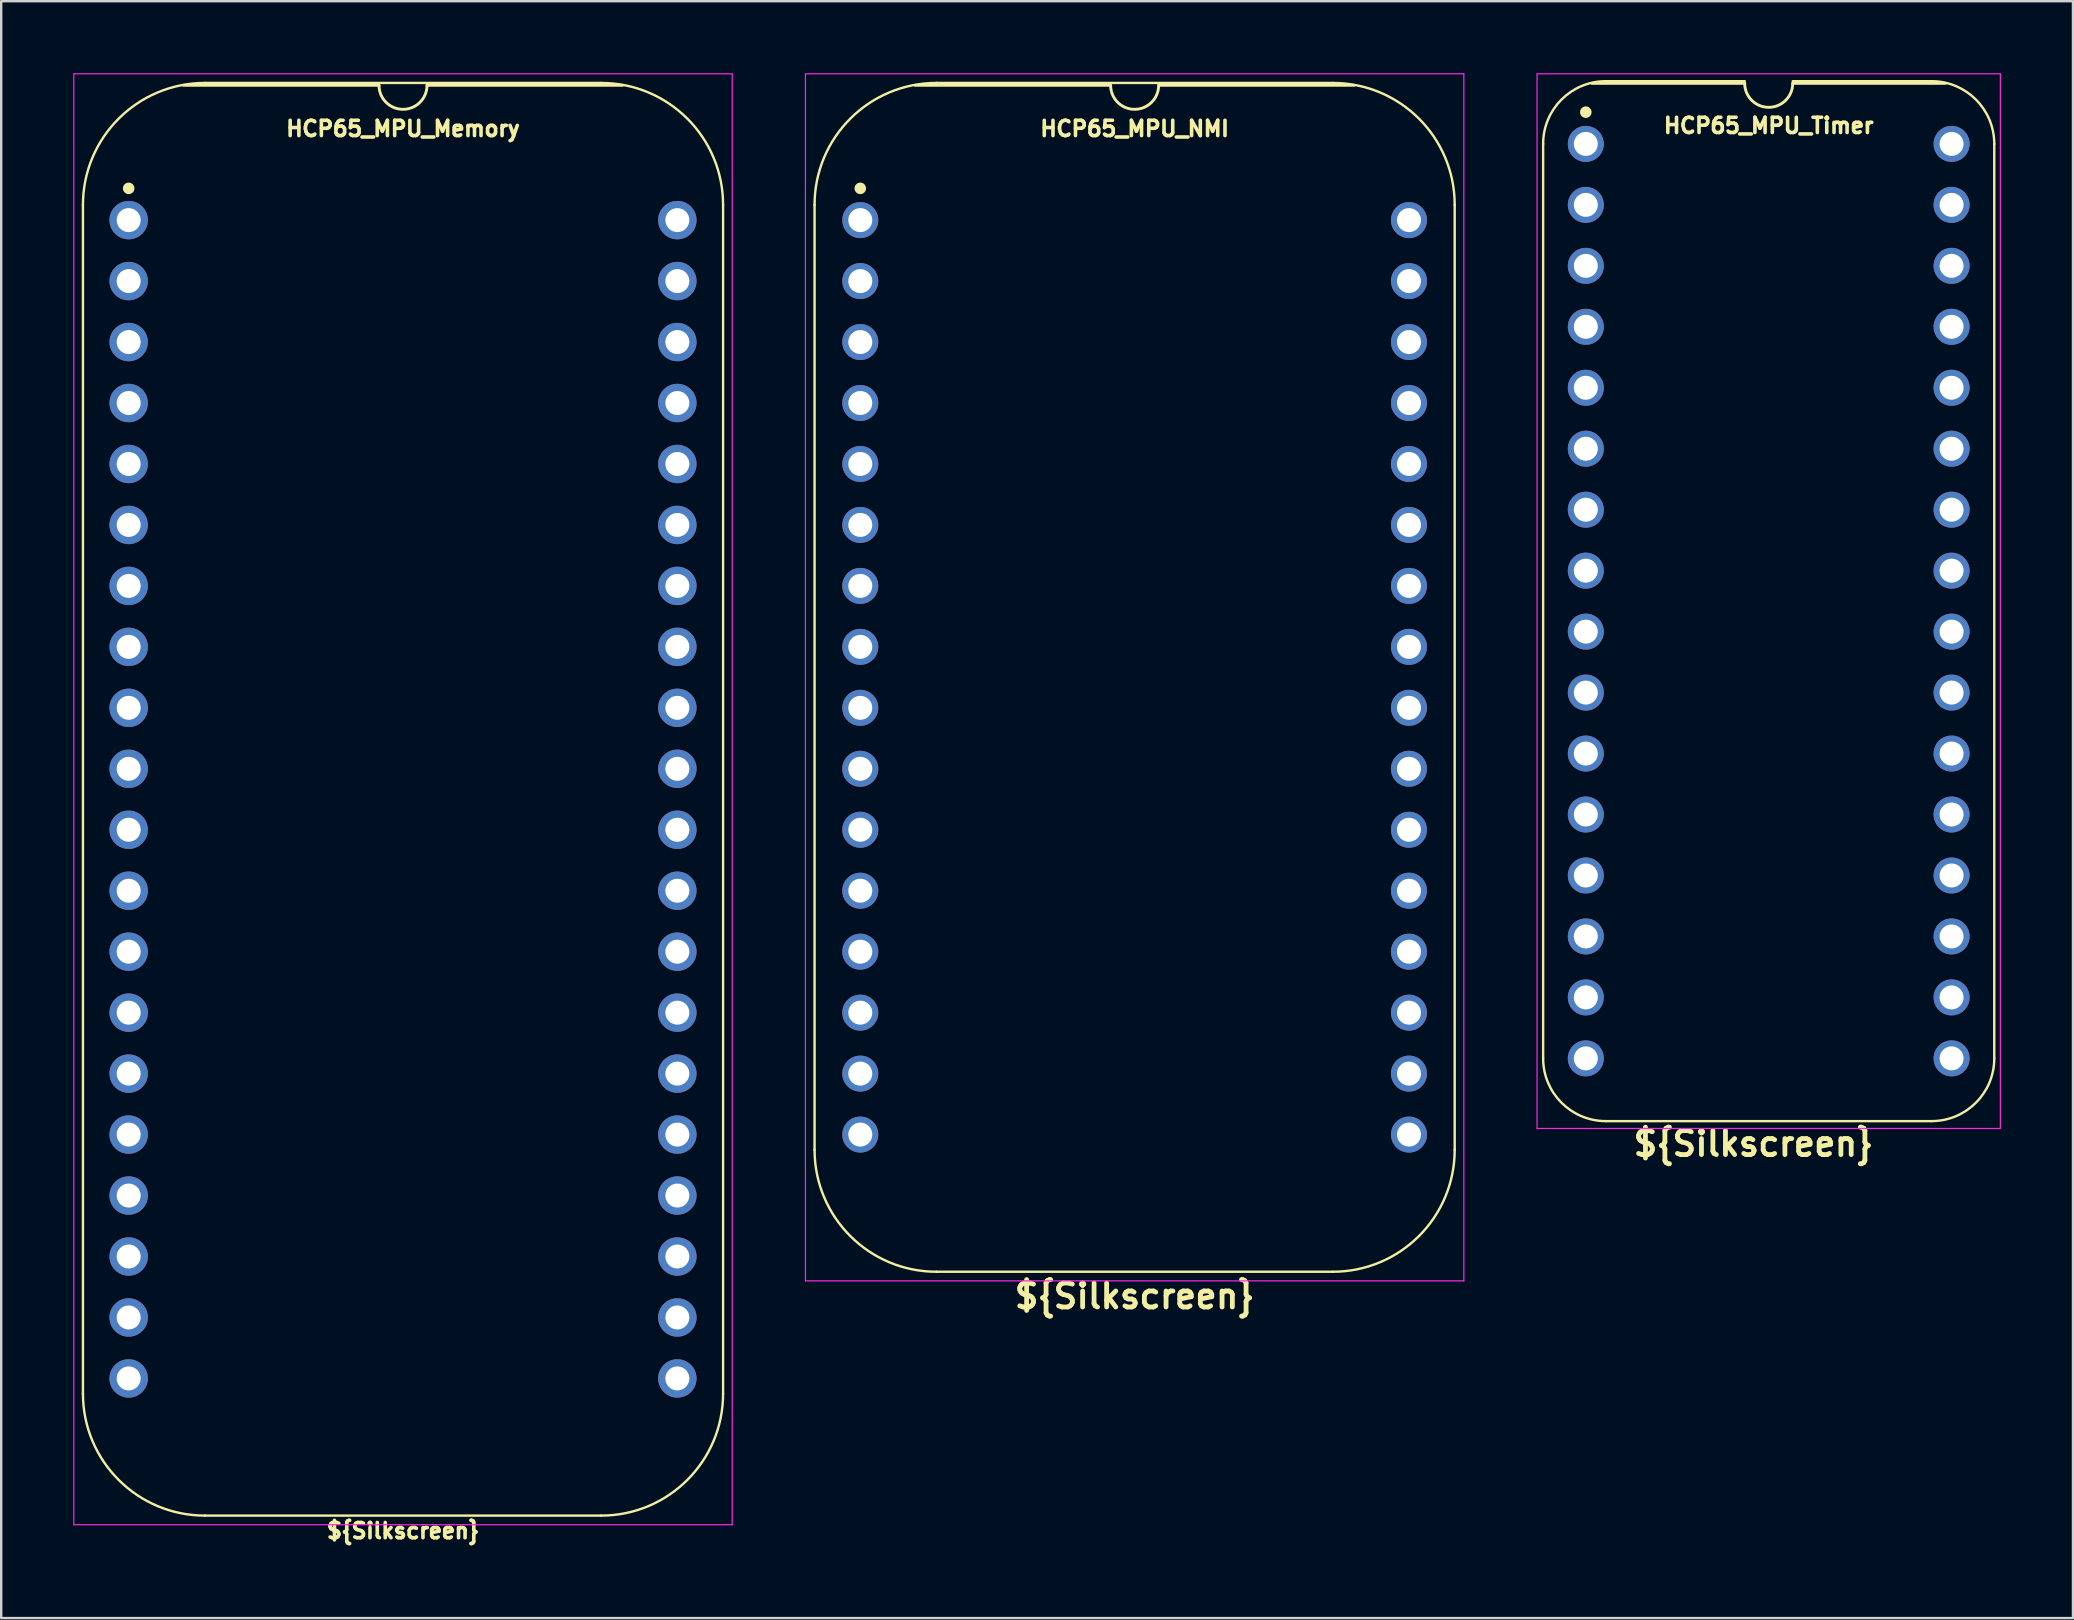
<source format=kicad_pcb>
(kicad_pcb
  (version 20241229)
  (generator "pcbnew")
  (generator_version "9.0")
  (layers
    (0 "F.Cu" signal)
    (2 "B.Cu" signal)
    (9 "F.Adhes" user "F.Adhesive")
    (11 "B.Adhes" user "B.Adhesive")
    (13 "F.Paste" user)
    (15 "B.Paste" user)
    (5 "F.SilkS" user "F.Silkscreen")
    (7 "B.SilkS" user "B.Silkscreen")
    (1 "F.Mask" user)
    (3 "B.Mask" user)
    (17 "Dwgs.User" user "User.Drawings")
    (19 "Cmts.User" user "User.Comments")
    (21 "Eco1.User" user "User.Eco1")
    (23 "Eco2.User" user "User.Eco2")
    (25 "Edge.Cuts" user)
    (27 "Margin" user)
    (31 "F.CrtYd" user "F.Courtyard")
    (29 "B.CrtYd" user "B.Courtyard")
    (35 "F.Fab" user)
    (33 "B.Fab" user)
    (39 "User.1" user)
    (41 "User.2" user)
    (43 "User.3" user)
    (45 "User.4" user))
  (footprint "HCP65_MPU_Timer"
    (layer "F.Cu")
    (at 63.021 2.946)
    (property "Reference" "HCP65_MPU_Timer" (at 7.62 -0.762 0) (layer "F.SilkS") (effects (font (size 0.635 0.635) (thickness 0.15))))
    (property "Silkscreen" "${Silkscreen}" (at 6.985 41.656 0) (layer "F.SilkS") (effects (font (size 1 1) (thickness 0.2))))
    (attr through_hole)
    (fp_line (start -1.778 38.1) (end -1.778 0) (stroke (width 0.1) (type solid)) (layer "F.SilkS"))
    (fp_line (start 0.836 -2.614) (end 6.624 -2.614) (stroke (width 0.1) (type solid)) (layer "F.SilkS"))
    (fp_line (start 6.62 -2.524) (end 0.254 -2.524) (stroke (width 0.12) (type solid)) (layer "F.SilkS"))
    (fp_line (start 8.62 -2.614) (end 14.404 -2.614) (stroke (width 0.1) (type solid)) (layer "F.SilkS"))
    (fp_line (start 14.404 40.714) (end 0.836 40.714) (stroke (width 0.1) (type solid)) (layer "F.SilkS"))
    (fp_line (start 14.986 -2.524) (end 8.62 -2.524) (stroke (width 0.12) (type solid)) (layer "F.SilkS"))
    (fp_line (start 17.018 38.1) (end 17.018 -0.000001) (stroke (width 0.1) (type solid)) (layer "F.SilkS"))
    (fp_arc (start -1.778 0) (mid -1.012456 -1.848188) (end 0.835732 -2.613732) (stroke (width 0.1) (type solid)) (layer "F.SilkS"))
    (fp_arc (start 0.835733 40.713733) (mid -1.012456 39.948189) (end -1.778 38.1) (stroke (width 0.1) (type solid)) (layer "F.SilkS"))
    (fp_arc (start 8.62 -2.524) (mid 7.62 -1.524) (end 6.62 -2.524) (stroke (width 0.12) (type solid)) (layer "F.SilkS"))
    (fp_arc (start 14.404267 -2.613733) (mid 16.252455 -1.848189) (end 17.017999 -0.000001) (stroke (width 0.1) (type solid)) (layer "F.SilkS"))
    (fp_arc (start 17.018 38.1) (mid 16.252455 39.948187) (end 14.404268 40.713732) (stroke (width 0.1) (type solid)) (layer "F.SilkS"))
    (fp_circle (center 0 -1.323) (end 0.18 -1.323) (stroke (width 0.12) (type solid)) (fill yes) (layer "F.SilkS"))
    (fp_line (start -2.032 -2.921) (end -2.032 41.021) (stroke (width 0.05) (type solid)) (layer "F.CrtYd"))
    (fp_line (start -2.032 -2.921) (end 17.272 -2.921) (stroke (width 0.05) (type solid)) (layer "F.CrtYd"))
    (fp_line (start -2.032 41.021) (end 17.272 41.021) (stroke (width 0.05) (type solid)) (layer "F.CrtYd"))
    (fp_line (start 17.272 -2.921) (end 17.272 41.021) (stroke (width 0.05) (type solid)) (layer "F.CrtYd"))
    (pad "1" thru_hole circle (at 0 0) (size 1.5 1.5) (drill 1) (layers "*.Cu" "*.Mask"))
    (pad "2" thru_hole circle (at 0 2.54) (size 1.5 1.5) (drill 1) (layers "*.Cu" "*.Mask"))
    (pad "3" thru_hole circle (at 0 5.08) (size 1.5 1.5) (drill 1) (layers "*.Cu" "*.Mask"))
    (pad "4" thru_hole circle (at 0 7.62) (size 1.5 1.5) (drill 1) (layers "*.Cu" "*.Mask"))
    (pad "5" thru_hole circle (at 0 10.16) (size 1.5 1.5) (drill 1) (layers "*.Cu" "*.Mask"))
    (pad "6" thru_hole circle (at 0 12.7) (size 1.5 1.5) (drill 1) (layers "*.Cu" "*.Mask"))
    (pad "7" thru_hole circle (at 0 15.24) (size 1.5 1.5) (drill 1) (layers "*.Cu" "*.Mask"))
    (pad "8" thru_hole circle (at 0 17.78) (size 1.5 1.5) (drill 1) (layers "*.Cu" "*.Mask"))
    (pad "9" thru_hole circle (at 0 20.32) (size 1.5 1.5) (drill 1) (layers "*.Cu" "*.Mask"))
    (pad "10" thru_hole circle (at 0 22.86) (size 1.5 1.5) (drill 1) (layers "*.Cu" "*.Mask"))
    (pad "11" thru_hole circle (at 0 25.4) (size 1.5 1.5) (drill 1) (layers "*.Cu" "*.Mask"))
    (pad "12" thru_hole circle (at 0 27.94) (size 1.5 1.5) (drill 1) (layers "*.Cu" "*.Mask"))
    (pad "13" thru_hole circle (at 0 30.48) (size 1.5 1.5) (drill 1) (layers "*.Cu" "*.Mask"))
    (pad "14" thru_hole circle (at 0 33.02) (size 1.5 1.5) (drill 1) (layers "*.Cu" "*.Mask"))
    (pad "15" thru_hole circle (at 0 35.56) (size 1.5 1.5) (drill 1) (layers "*.Cu" "*.Mask"))
    (pad "16" thru_hole circle (at 0 38.1) (size 1.5 1.5) (drill 1) (layers "*.Cu" "*.Mask"))
    (pad "17" thru_hole circle (at 15.24 38.1) (size 1.5 1.5) (drill 1) (layers "*.Cu" "*.Mask"))
    (pad "18" thru_hole circle (at 15.24 35.56) (size 1.5 1.5) (drill 1) (layers "*.Cu" "*.Mask"))
    (pad "19" thru_hole circle (at 15.24 33.02) (size 1.5 1.5) (drill 1) (layers "*.Cu" "*.Mask"))
    (pad "20" thru_hole circle (at 15.24 30.48) (size 1.5 1.5) (drill 1) (layers "*.Cu" "*.Mask"))
    (pad "21" thru_hole circle (at 15.24 27.94) (size 1.5 1.5) (drill 1) (layers "*.Cu" "*.Mask"))
    (pad "22" thru_hole circle (at 15.24 25.4) (size 1.5 1.5) (drill 1) (layers "*.Cu" "*.Mask"))
    (pad "23" thru_hole circle (at 15.24 22.86) (size 1.5 1.5) (drill 1) (layers "*.Cu" "*.Mask"))
    (pad "24" thru_hole circle (at 15.24 20.32) (size 1.5 1.5) (drill 1) (layers "*.Cu" "*.Mask"))
    (pad "25" thru_hole circle (at 15.24 17.78) (size 1.5 1.5) (drill 1) (layers "*.Cu" "*.Mask"))
    (pad "26" thru_hole circle (at 15.24 15.24) (size 1.5 1.5) (drill 1) (layers "*.Cu" "*.Mask"))
    (pad "27" thru_hole circle (at 15.24 12.7) (size 1.5 1.5) (drill 1) (layers "*.Cu" "*.Mask"))
    (pad "28" thru_hole circle (at 15.24 10.16) (size 1.5 1.5) (drill 1) (layers "*.Cu" "*.Mask"))
    (pad "29" thru_hole circle (at 15.24 7.62) (size 1.5 1.5) (drill 1) (layers "*.Cu" "*.Mask"))
    (pad "30" thru_hole circle (at 15.24 5.08) (size 1.5 1.5) (drill 1) (layers "*.Cu" "*.Mask"))
    (pad "31" thru_hole circle (at 15.24 2.54) (size 1.5 1.5) (drill 1) (layers "*.Cu" "*.Mask"))
    (pad "32" thru_hole circle (at 15.24 0) (size 1.5 1.5) (drill 1) (layers "*.Cu" "*.Mask")))
  (footprint "HCP65_MPU_NMI"
    (layer "F.Cu")
    (at 32.793 6.121)
    (property "Reference" "HCP65_MPU_NMI" (at 11.43 -3.81 0) (layer "F.SilkS") (effects (font (size 0.635 0.635) (thickness 0.15))))
    (attr through_hole)
    (fp_line (start -1.905 -0.635) (end -1.905 38.735) (stroke (width 0.1) (type solid)) (layer "F.SilkS"))
    (fp_line (start 10.43 -5.616) (end 2.286 -5.616) (stroke (width 0.12) (type solid)) (layer "F.SilkS"))
    (fp_line (start 19.685 -5.715) (end 3.175 -5.715) (stroke (width 0.1) (type solid)) (layer "F.SilkS"))
    (fp_line (start 19.685 43.815) (end 3.175 43.815) (stroke (width 0.1) (type solid)) (layer "F.SilkS"))
    (fp_line (start 20.574 -5.616) (end 12.43 -5.616) (stroke (width 0.12) (type solid)) (layer "F.SilkS"))
    (fp_line (start 24.765 38.735) (end 24.765 -0.635) (stroke (width 0.1) (type solid)) (layer "F.SilkS"))
    (fp_arc (start -1.905 -0.635) (mid -0.417102 -4.227102) (end 3.175 -5.715) (stroke (width 0.1) (type solid)) (layer "F.SilkS"))
    (fp_arc (start 3.175 43.815) (mid -0.417102 42.327102) (end -1.905 38.735) (stroke (width 0.1) (type solid)) (layer "F.SilkS"))
    (fp_arc (start 12.43 -5.616) (mid 11.43 -4.616) (end 10.43 -5.616) (stroke (width 0.12) (type solid)) (layer "F.SilkS"))
    (fp_arc (start 19.685 -5.715) (mid 23.277102 -4.227102) (end 24.765 -0.635) (stroke (width 0.1) (type solid)) (layer "F.SilkS"))
    (fp_arc (start 24.765 38.735) (mid 23.277102 42.327102) (end 19.685 43.815) (stroke (width 0.1) (type solid)) (layer "F.SilkS"))
    (fp_circle (center 0 -1.323) (end 0.18 -1.323) (stroke (width 0.12) (type solid)) (fill yes) (layer "F.SilkS"))
    (fp_line (start -2.286 -6.096) (end -2.286 44.196) (stroke (width 0.05) (type solid)) (layer "F.CrtYd"))
    (fp_line (start -2.286 -6.096) (end 25.146 -6.096) (stroke (width 0.05) (type solid)) (layer "F.CrtYd"))
    (fp_line (start -2.286 44.196) (end 25.146 44.196) (stroke (width 0.05) (type solid)) (layer "F.CrtYd"))
    (fp_line (start 25.146 44.196) (end 25.146 -6.096) (stroke (width 0.05) (type solid)) (layer "F.CrtYd"))
    (fp_text user "${Silkscreen}" (at 11.43 44.831 0) (layer "F.SilkS") (effects (font (size 1 1) (thickness 0.2) (bold yes))))
    (pad "1" thru_hole circle (at 0 0) (size 1.5 1.5) (drill 1) (layers "*.Cu" "*.Mask"))
    (pad "2" thru_hole circle (at 0 2.54) (size 1.5 1.5) (drill 1) (layers "*.Cu" "*.Mask"))
    (pad "3" thru_hole circle (at 0 5.08) (size 1.5 1.5) (drill 1) (layers "*.Cu" "*.Mask"))
    (pad "4" thru_hole circle (at 0 7.62) (size 1.5 1.5) (drill 1) (layers "*.Cu" "*.Mask"))
    (pad "5" thru_hole circle (at 0 10.16) (size 1.5 1.5) (drill 1) (layers "*.Cu" "*.Mask"))
    (pad "6" thru_hole circle (at 0 12.7) (size 1.5 1.5) (drill 1) (layers "*.Cu" "*.Mask"))
    (pad "7" thru_hole circle (at 0 15.24) (size 1.5 1.5) (drill 1) (layers "*.Cu" "*.Mask"))
    (pad "8" thru_hole circle (at 0 17.78) (size 1.5 1.5) (drill 1) (layers "*.Cu" "*.Mask"))
    (pad "9" thru_hole circle (at 0 20.32) (size 1.5 1.5) (drill 1) (layers "*.Cu" "*.Mask"))
    (pad "10" thru_hole circle (at 0 22.86) (size 1.5 1.5) (drill 1) (layers "*.Cu" "*.Mask"))
    (pad "11" thru_hole circle (at 0 25.4) (size 1.5 1.5) (drill 1) (layers "*.Cu" "*.Mask"))
    (pad "12" thru_hole circle (at 0 27.94) (size 1.5 1.5) (drill 1) (layers "*.Cu" "*.Mask"))
    (pad "13" thru_hole circle (at 0 30.48) (size 1.5 1.5) (drill 1) (layers "*.Cu" "*.Mask"))
    (pad "14" thru_hole circle (at 0 33.02) (size 1.5 1.5) (drill 1) (layers "*.Cu" "*.Mask"))
    (pad "15" thru_hole circle (at 0 35.56) (size 1.5 1.5) (drill 1) (layers "*.Cu" "*.Mask"))
    (pad "16" thru_hole circle (at 0 38.1) (size 1.5 1.5) (drill 1) (layers "*.Cu" "*.Mask"))
    (pad "17" thru_hole circle (at 22.86 38.1) (size 1.5 1.5) (drill 1) (layers "*.Cu" "*.Mask"))
    (pad "18" thru_hole circle (at 22.86 35.56) (size 1.5 1.5) (drill 1) (layers "*.Cu" "*.Mask"))
    (pad "19" thru_hole circle (at 22.86 33.02) (size 1.5 1.5) (drill 1) (layers "*.Cu" "*.Mask"))
    (pad "20" thru_hole circle (at 22.86 30.48) (size 1.5 1.5) (drill 1) (layers "*.Cu" "*.Mask"))
    (pad "21" thru_hole circle (at 22.86 27.94) (size 1.5 1.5) (drill 1) (layers "*.Cu" "*.Mask"))
    (pad "22" thru_hole circle (at 22.86 25.4) (size 1.5 1.5) (drill 1) (layers "*.Cu" "*.Mask"))
    (pad "23" thru_hole circle (at 22.86 22.86) (size 1.5 1.5) (drill 1) (layers "*.Cu" "*.Mask"))
    (pad "24" thru_hole circle (at 22.86 20.32) (size 1.5 1.5) (drill 1) (layers "*.Cu" "*.Mask"))
    (pad "25" thru_hole circle (at 22.86 17.78) (size 1.5 1.5) (drill 1) (layers "*.Cu" "*.Mask"))
    (pad "26" thru_hole circle (at 22.86 15.24) (size 1.5 1.5) (drill 1) (layers "*.Cu" "*.Mask"))
    (pad "27" thru_hole circle (at 22.86 12.7) (size 1.5 1.5) (drill 1) (layers "*.Cu" "*.Mask"))
    (pad "28" thru_hole circle (at 22.86 10.16) (size 1.5 1.5) (drill 1) (layers "*.Cu" "*.Mask"))
    (pad "29" thru_hole circle (at 22.86 7.62) (size 1.5 1.5) (drill 1) (layers "*.Cu" "*.Mask"))
    (pad "30" thru_hole circle (at 22.86 5.08) (size 1.5 1.5) (drill 1) (layers "*.Cu" "*.Mask"))
    (pad "31" thru_hole circle (at 22.86 2.54) (size 1.5 1.5) (drill 1) (layers "*.Cu" "*.Mask"))
    (pad "32" thru_hole circle (at 22.86 0) (size 1.5 1.5) (drill 1) (layers "*.Cu" "*.Mask")))
  (footprint "HCP65_MPU_Memory"
    (layer "F.Cu")
    (at 2.311 6.121)
    (property "Reference" "HCP65_MPU_Memory" (at 11.43 -3.81 0) (layer "F.SilkS") (effects (font (size 0.635 0.635) (thickness 0.15))))
    (attr through_hole)
    (fp_line (start -1.905 -0.635) (end -1.905 48.895) (stroke (width 0.1) (type solid)) (layer "F.SilkS"))
    (fp_line (start 10.43 -5.616) (end 2.286 -5.616) (stroke (width 0.12) (type solid)) (layer "F.SilkS"))
    (fp_line (start 19.685 -5.715) (end 3.175 -5.715) (stroke (width 0.1) (type solid)) (layer "F.SilkS"))
    (fp_line (start 19.685 53.975) (end 3.175 53.975) (stroke (width 0.1) (type solid)) (layer "F.SilkS"))
    (fp_line (start 20.574 -5.616) (end 12.43 -5.616) (stroke (width 0.12) (type solid)) (layer "F.SilkS"))
    (fp_line (start 24.765 48.895) (end 24.765 -0.635) (stroke (width 0.1) (type solid)) (layer "F.SilkS"))
    (fp_arc (start -1.905 -0.635) (mid -0.417102 -4.227102) (end 3.175 -5.715) (stroke (width 0.1) (type solid)) (layer "F.SilkS"))
    (fp_arc (start 3.175 53.975) (mid -0.417102 52.487102) (end -1.905 48.895) (stroke (width 0.1) (type solid)) (layer "F.SilkS"))
    (fp_arc (start 12.43 -5.616) (mid 11.43 -4.616) (end 10.43 -5.616) (stroke (width 0.12) (type solid)) (layer "F.SilkS"))
    (fp_arc (start 19.685 -5.715) (mid 23.277102 -4.227102) (end 24.765 -0.635) (stroke (width 0.1) (type solid)) (layer "F.SilkS"))
    (fp_arc (start 24.765 48.895) (mid 23.277102 52.487102) (end 19.685 53.975) (stroke (width 0.1) (type solid)) (layer "F.SilkS"))
    (fp_circle (center 0 -1.323) (end 0.18 -1.323) (stroke (width 0.12) (type solid)) (fill yes) (layer "F.SilkS"))
    (fp_line (start -2.286 -6.096) (end -2.286 54.356) (stroke (width 0.05) (type solid)) (layer "F.CrtYd"))
    (fp_line (start -2.286 -6.096) (end 25.146 -6.096) (stroke (width 0.05) (type solid)) (layer "F.CrtYd"))
    (fp_line (start -2.286 54.356) (end 25.146 54.356) (stroke (width 0.05) (type solid)) (layer "F.CrtYd"))
    (fp_line (start 25.146 54.356) (end 25.146 -6.096) (stroke (width 0.05) (type solid)) (layer "F.CrtYd"))
    (fp_text user "${Silkscreen}" (at 11.43 54.61 0) (layer "F.SilkS") (effects (font (size 0.635 0.635) (thickness 0.15))))
    (pad "1" thru_hole circle (at 0 0) (size 1.6 1.6) (drill 1) (layers "*.Cu" "*.Mask"))
    (pad "2" thru_hole circle (at 0 2.54) (size 1.6 1.6) (drill 1) (layers "*.Cu" "*.Mask"))
    (pad "3" thru_hole circle (at 0 5.08) (size 1.6 1.6) (drill 1) (layers "*.Cu" "*.Mask"))
    (pad "4" thru_hole circle (at 0 7.62) (size 1.6 1.6) (drill 1) (layers "*.Cu" "*.Mask"))
    (pad "5" thru_hole circle (at 0 10.16) (size 1.6 1.6) (drill 1) (layers "*.Cu" "*.Mask"))
    (pad "6" thru_hole circle (at 0 12.7) (size 1.6 1.6) (drill 1) (layers "*.Cu" "*.Mask"))
    (pad "7" thru_hole circle (at 0 15.24) (size 1.6 1.6) (drill 1) (layers "*.Cu" "*.Mask"))
    (pad "8" thru_hole circle (at 0 17.78) (size 1.6 1.6) (drill 1) (layers "*.Cu" "*.Mask"))
    (pad "9" thru_hole circle (at 0 20.32) (size 1.6 1.6) (drill 1) (layers "*.Cu" "*.Mask"))
    (pad "10" thru_hole circle (at 0 22.86) (size 1.6 1.6) (drill 1) (layers "*.Cu" "*.Mask"))
    (pad "11" thru_hole circle (at 0 25.4) (size 1.6 1.6) (drill 1) (layers "*.Cu" "*.Mask"))
    (pad "12" thru_hole circle (at 0 27.94) (size 1.6 1.6) (drill 1) (layers "*.Cu" "*.Mask"))
    (pad "13" thru_hole circle (at 0 30.48) (size 1.6 1.6) (drill 1) (layers "*.Cu" "*.Mask"))
    (pad "14" thru_hole circle (at 0 33.02) (size 1.6 1.6) (drill 1) (layers "*.Cu" "*.Mask"))
    (pad "15" thru_hole circle (at 0 35.56) (size 1.6 1.6) (drill 1) (layers "*.Cu" "*.Mask"))
    (pad "16" thru_hole circle (at 0 38.1) (size 1.6 1.6) (drill 1) (layers "*.Cu" "*.Mask"))
    (pad "17" thru_hole circle (at 0 40.64) (size 1.6 1.6) (drill 1) (layers "*.Cu" "*.Mask"))
    (pad "18" thru_hole circle (at 0 43.18) (size 1.6 1.6) (drill 1) (layers "*.Cu" "*.Mask"))
    (pad "19" thru_hole circle (at 0 45.72) (size 1.6 1.6) (drill 1) (layers "*.Cu" "*.Mask"))
    (pad "20" thru_hole circle (at 0 48.26) (size 1.6 1.6) (drill 1) (layers "*.Cu" "*.Mask"))
    (pad "21" thru_hole circle (at 22.86 48.26) (size 1.6 1.6) (drill 1) (layers "*.Cu" "*.Mask"))
    (pad "22" thru_hole circle (at 22.86 45.72) (size 1.6 1.6) (drill 1) (layers "*.Cu" "*.Mask"))
    (pad "23" thru_hole circle (at 22.86 43.18) (size 1.6 1.6) (drill 1) (layers "*.Cu" "*.Mask"))
    (pad "24" thru_hole circle (at 22.86 40.64) (size 1.6 1.6) (drill 1) (layers "*.Cu" "*.Mask"))
    (pad "25" thru_hole circle (at 22.86 38.1) (size 1.6 1.6) (drill 1) (layers "*.Cu" "*.Mask"))
    (pad "26" thru_hole circle (at 22.86 35.56) (size 1.6 1.6) (drill 1) (layers "*.Cu" "*.Mask"))
    (pad "27" thru_hole circle (at 22.86 33.02) (size 1.6 1.6) (drill 1) (layers "*.Cu" "*.Mask"))
    (pad "28" thru_hole circle (at 22.86 30.48) (size 1.6 1.6) (drill 1) (layers "*.Cu" "*.Mask"))
    (pad "29" thru_hole circle (at 22.86 27.94) (size 1.6 1.6) (drill 1) (layers "*.Cu" "*.Mask"))
    (pad "30" thru_hole circle (at 22.86 25.4) (size 1.6 1.6) (drill 1) (layers "*.Cu" "*.Mask"))
    (pad "31" thru_hole circle (at 22.86 22.86) (size 1.6 1.6) (drill 1) (layers "*.Cu" "*.Mask"))
    (pad "32" thru_hole circle (at 22.86 20.32) (size 1.6 1.6) (drill 1) (layers "*.Cu" "*.Mask"))
    (pad "33" thru_hole circle (at 22.86 17.78) (size 1.6 1.6) (drill 1) (layers "*.Cu" "*.Mask"))
    (pad "34" thru_hole circle (at 22.86 15.24) (size 1.6 1.6) (drill 1) (layers "*.Cu" "*.Mask"))
    (pad "35" thru_hole circle (at 22.86 12.7) (size 1.6 1.6) (drill 1) (layers "*.Cu" "*.Mask"))
    (pad "36" thru_hole circle (at 22.86 10.16) (size 1.6 1.6) (drill 1) (layers "*.Cu" "*.Mask"))
    (pad "37" thru_hole circle (at 22.86 7.62) (size 1.6 1.6) (drill 1) (layers "*.Cu" "*.Mask"))
    (pad "38" thru_hole circle (at 22.86 5.08) (size 1.6 1.6) (drill 1) (layers "*.Cu" "*.Mask"))
    (pad "39" thru_hole circle (at 22.86 2.54) (size 1.6 1.6) (drill 1) (layers "*.Cu" "*.Mask"))
    (pad "40" thru_hole circle (at 22.86 0) (size 1.6 1.6) (drill 1) (layers "*.Cu" "*.Mask")))
  (gr_rect
    (start -3 -3)
    (end 83.318 64.366)
    (stroke (width 0.1) (type default))
    (fill no)
    (layer "Edge.Cuts")))
</source>
